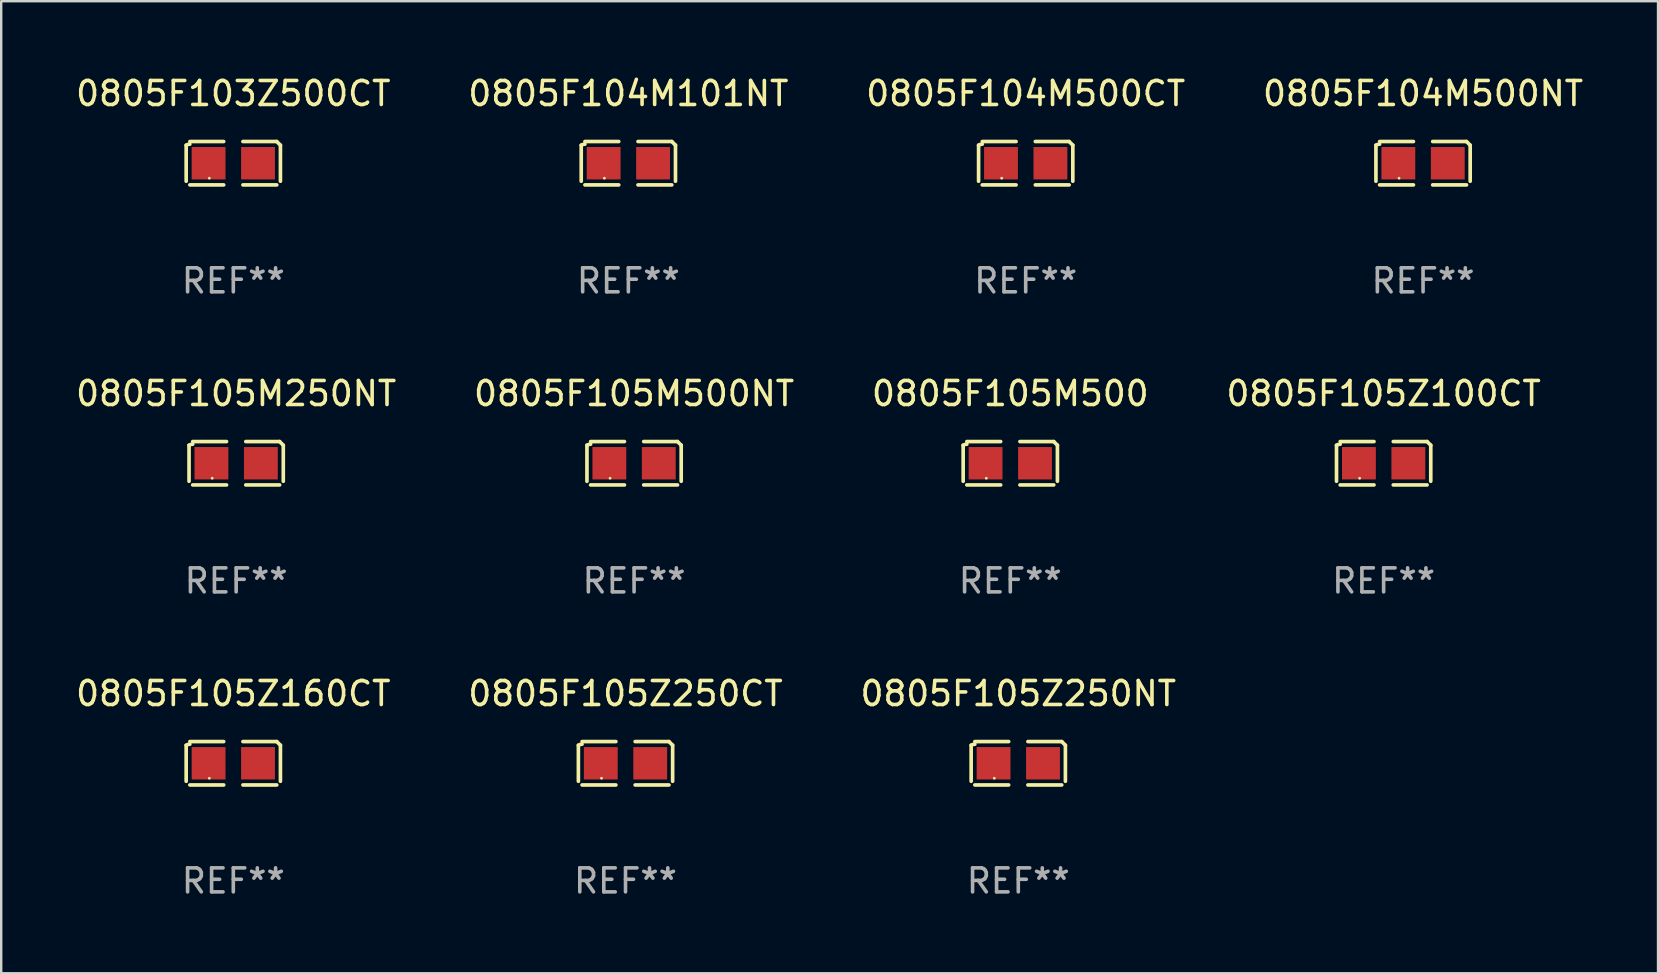
<source format=kicad_pcb>
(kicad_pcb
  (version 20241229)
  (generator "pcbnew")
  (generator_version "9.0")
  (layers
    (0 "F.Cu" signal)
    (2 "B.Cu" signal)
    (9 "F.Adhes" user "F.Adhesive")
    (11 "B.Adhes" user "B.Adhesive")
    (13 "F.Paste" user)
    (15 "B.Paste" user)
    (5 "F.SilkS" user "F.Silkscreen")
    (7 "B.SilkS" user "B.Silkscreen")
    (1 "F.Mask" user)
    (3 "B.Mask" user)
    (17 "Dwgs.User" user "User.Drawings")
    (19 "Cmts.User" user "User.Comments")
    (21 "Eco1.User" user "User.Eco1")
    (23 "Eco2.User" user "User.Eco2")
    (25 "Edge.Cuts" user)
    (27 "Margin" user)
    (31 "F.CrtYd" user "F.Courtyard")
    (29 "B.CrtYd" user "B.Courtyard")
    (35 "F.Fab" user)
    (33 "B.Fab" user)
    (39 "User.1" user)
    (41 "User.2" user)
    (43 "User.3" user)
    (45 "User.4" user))
  (footprint "0805F105M500NT"
    (layer "F.Cu")
    (at 23.375 16.256)
    (property "Reference" "0805F105M500NT" (at 0 -2.904 0) (layer "F.SilkS") (effects (font (size 1 1) (thickness 0.15))))
    (attr through_hole)
    (fp_line (start -1.964 0.751) (end -1.964 -0.751) (stroke (width 0.152) (type solid)) (layer "F.SilkS"))
    (fp_line (start -1.811 -0.904) (end -0.401 -0.904) (stroke (width 0.152) (type solid)) (layer "F.SilkS"))
    (fp_line (start -0.401 0.904) (end -1.811 0.904) (stroke (width 0.152) (type solid)) (layer "F.SilkS"))
    (fp_line (start 0.401 0.904) (end 1.811 0.904) (stroke (width 0.152) (type solid)) (layer "F.SilkS"))
    (fp_line (start 1.811 -0.904) (end 0.401 -0.904) (stroke (width 0.152) (type solid)) (layer "F.SilkS"))
    (fp_line (start 1.964 0.751) (end 1.964 -0.751) (stroke (width 0.152) (type solid)) (layer "F.SilkS"))
    (fp_arc (start -1.963602 -0.751207) (mid -1.890354 -0.783131) (end -1.811201 -0.794044) (stroke (width 0.1524) (type solid)) (layer "F.SilkS"))
    (fp_arc (start 1.811202 -0.903607) (mid 1.887413 -0.827418) (end 1.963602 -0.751207) (stroke (width 0.1524) (type solid)) (layer "F.SilkS"))
    (fp_circle (center -1 0.625) (end -0.97 0.625) (stroke (width 0.06) (type solid)) (fill no) (layer "F.SilkS"))
    (fp_text user "REF**" (at 0 4.904 0) (layer "F.Fab") (effects (font (size 1 1) (thickness 0.15))))
    (pad "1" smd rect (at -1.03 0) (size 1.41 1.35) (layers "F.Cu" "F.Mask" "F.Paste"))
    (pad "2" smd rect (at 1.03 0) (size 1.41 1.35) (layers "F.Cu" "F.Mask" "F.Paste")))
  (footprint "0805F105M250NT"
    (layer "F.Cu")
    (at 6.792 16.256)
    (property "Reference" "0805F105M250NT" (at 0 -2.904 0) (layer "F.SilkS") (effects (font (size 1 1) (thickness 0.15))))
    (attr through_hole)
    (fp_line (start -1.964 0.751) (end -1.964 -0.751) (stroke (width 0.152) (type solid)) (layer "F.SilkS"))
    (fp_line (start -1.811 -0.904) (end -0.401 -0.904) (stroke (width 0.152) (type solid)) (layer "F.SilkS"))
    (fp_line (start -0.401 0.904) (end -1.811 0.904) (stroke (width 0.152) (type solid)) (layer "F.SilkS"))
    (fp_line (start 0.401 0.904) (end 1.811 0.904) (stroke (width 0.152) (type solid)) (layer "F.SilkS"))
    (fp_line (start 1.811 -0.904) (end 0.401 -0.904) (stroke (width 0.152) (type solid)) (layer "F.SilkS"))
    (fp_line (start 1.964 0.751) (end 1.964 -0.751) (stroke (width 0.152) (type solid)) (layer "F.SilkS"))
    (fp_arc (start -1.963602 -0.751207) (mid -1.890354 -0.783131) (end -1.811201 -0.794044) (stroke (width 0.1524) (type solid)) (layer "F.SilkS"))
    (fp_arc (start 1.811202 -0.903607) (mid 1.887413 -0.827418) (end 1.963602 -0.751207) (stroke (width 0.1524) (type solid)) (layer "F.SilkS"))
    (fp_circle (center -1 0.625) (end -0.97 0.625) (stroke (width 0.06) (type solid)) (fill no) (layer "F.SilkS"))
    (fp_text user "REF**" (at 0 4.904 0) (layer "F.Fab") (effects (font (size 1 1) (thickness 0.15))))
    (pad "1" smd rect (at -1.03 0) (size 1.41 1.35) (layers "F.Cu" "F.Mask" "F.Paste"))
    (pad "2" smd rect (at 1.03 0) (size 1.41 1.35) (layers "F.Cu" "F.Mask" "F.Paste")))
  (footprint "0805F104M500CT"
    (layer "F.Cu")
    (at 39.696 3.752)
    (property "Reference" "0805F104M500CT" (at 0 -2.904 0) (layer "F.SilkS") (effects (font (size 1 1) (thickness 0.15))))
    (attr through_hole)
    (fp_line (start -1.964 0.751) (end -1.964 -0.751) (stroke (width 0.152) (type solid)) (layer "F.SilkS"))
    (fp_line (start -1.811 -0.904) (end -0.401 -0.904) (stroke (width 0.152) (type solid)) (layer "F.SilkS"))
    (fp_line (start -0.401 0.904) (end -1.811 0.904) (stroke (width 0.152) (type solid)) (layer "F.SilkS"))
    (fp_line (start 0.401 0.904) (end 1.811 0.904) (stroke (width 0.152) (type solid)) (layer "F.SilkS"))
    (fp_line (start 1.811 -0.904) (end 0.401 -0.904) (stroke (width 0.152) (type solid)) (layer "F.SilkS"))
    (fp_line (start 1.964 0.751) (end 1.964 -0.751) (stroke (width 0.152) (type solid)) (layer "F.SilkS"))
    (fp_arc (start -1.963602 -0.751207) (mid -1.890354 -0.783131) (end -1.811201 -0.794044) (stroke (width 0.1524) (type solid)) (layer "F.SilkS"))
    (fp_arc (start 1.811202 -0.903607) (mid 1.887413 -0.827418) (end 1.963602 -0.751207) (stroke (width 0.1524) (type solid)) (layer "F.SilkS"))
    (fp_circle (center -1 0.625) (end -0.97 0.625) (stroke (width 0.06) (type solid)) (fill no) (layer "F.SilkS"))
    (fp_text user "REF**" (at 0 4.904 0) (layer "F.Fab") (effects (font (size 1 1) (thickness 0.15))))
    (pad "1" smd rect (at -1.03 0) (size 1.41 1.35) (layers "F.Cu" "F.Mask" "F.Paste"))
    (pad "2" smd rect (at 1.03 0) (size 1.41 1.35) (layers "F.Cu" "F.Mask" "F.Paste")))
  (footprint "0805F105Z250NT"
    (layer "F.Cu")
    (at 39.387 28.759)
    (property "Reference" "0805F105Z250NT" (at 0 -2.904 0) (layer "F.SilkS") (effects (font (size 1 1) (thickness 0.15))))
    (attr through_hole)
    (fp_line (start -1.964 0.751) (end -1.964 -0.751) (stroke (width 0.152) (type solid)) (layer "F.SilkS"))
    (fp_line (start -1.811 -0.904) (end -0.401 -0.904) (stroke (width 0.152) (type solid)) (layer "F.SilkS"))
    (fp_line (start -0.401 0.904) (end -1.811 0.904) (stroke (width 0.152) (type solid)) (layer "F.SilkS"))
    (fp_line (start 0.401 0.904) (end 1.811 0.904) (stroke (width 0.152) (type solid)) (layer "F.SilkS"))
    (fp_line (start 1.811 -0.904) (end 0.401 -0.904) (stroke (width 0.152) (type solid)) (layer "F.SilkS"))
    (fp_line (start 1.964 0.751) (end 1.964 -0.751) (stroke (width 0.152) (type solid)) (layer "F.SilkS"))
    (fp_arc (start -1.963602 -0.751207) (mid -1.890354 -0.783131) (end -1.811201 -0.794044) (stroke (width 0.1524) (type solid)) (layer "F.SilkS"))
    (fp_arc (start 1.811202 -0.903607) (mid 1.887413 -0.827418) (end 1.963602 -0.751207) (stroke (width 0.1524) (type solid)) (layer "F.SilkS"))
    (fp_circle (center -1 0.625) (end -0.97 0.625) (stroke (width 0.06) (type solid)) (fill no) (layer "F.SilkS"))
    (fp_text user "REF**" (at 0 4.904 0) (layer "F.Fab") (effects (font (size 1 1) (thickness 0.15))))
    (pad "1" smd rect (at -1.03 0) (size 1.41 1.35) (layers "F.Cu" "F.Mask" "F.Paste"))
    (pad "2" smd rect (at 1.03 0) (size 1.41 1.35) (layers "F.Cu" "F.Mask" "F.Paste")))
  (footprint "0805F104M500NT"
    (layer "F.Cu")
    (at 56.256 3.752)
    (property "Reference" "0805F104M500NT" (at 0 -2.904 0) (layer "F.SilkS") (effects (font (size 1 1) (thickness 0.15))))
    (attr through_hole)
    (fp_line (start -1.964 0.751) (end -1.964 -0.751) (stroke (width 0.152) (type solid)) (layer "F.SilkS"))
    (fp_line (start -1.811 -0.904) (end -0.401 -0.904) (stroke (width 0.152) (type solid)) (layer "F.SilkS"))
    (fp_line (start -0.401 0.904) (end -1.811 0.904) (stroke (width 0.152) (type solid)) (layer "F.SilkS"))
    (fp_line (start 0.401 0.904) (end 1.811 0.904) (stroke (width 0.152) (type solid)) (layer "F.SilkS"))
    (fp_line (start 1.811 -0.904) (end 0.401 -0.904) (stroke (width 0.152) (type solid)) (layer "F.SilkS"))
    (fp_line (start 1.964 0.751) (end 1.964 -0.751) (stroke (width 0.152) (type solid)) (layer "F.SilkS"))
    (fp_arc (start -1.963602 -0.751207) (mid -1.890354 -0.783131) (end -1.811201 -0.794044) (stroke (width 0.1524) (type solid)) (layer "F.SilkS"))
    (fp_arc (start 1.811202 -0.903607) (mid 1.887413 -0.827418) (end 1.963602 -0.751207) (stroke (width 0.1524) (type solid)) (layer "F.SilkS"))
    (fp_circle (center -1 0.625) (end -0.97 0.625) (stroke (width 0.06) (type solid)) (fill no) (layer "F.SilkS"))
    (fp_text user "REF**" (at 0 4.904 0) (layer "F.Fab") (effects (font (size 1 1) (thickness 0.15))))
    (pad "1" smd rect (at -1.03 0) (size 1.41 1.35) (layers "F.Cu" "F.Mask" "F.Paste"))
    (pad "2" smd rect (at 1.03 0) (size 1.41 1.35) (layers "F.Cu" "F.Mask" "F.Paste")))
  (footprint "0805F104M101NT"
    (layer "F.Cu")
    (at 23.137 3.752)
    (property "Reference" "0805F104M101NT" (at 0 -2.904 0) (layer "F.SilkS") (effects (font (size 1 1) (thickness 0.15))))
    (attr through_hole)
    (fp_line (start -1.964 0.751) (end -1.964 -0.751) (stroke (width 0.152) (type solid)) (layer "F.SilkS"))
    (fp_line (start -1.811 -0.904) (end -0.401 -0.904) (stroke (width 0.152) (type solid)) (layer "F.SilkS"))
    (fp_line (start -0.401 0.904) (end -1.811 0.904) (stroke (width 0.152) (type solid)) (layer "F.SilkS"))
    (fp_line (start 0.401 0.904) (end 1.811 0.904) (stroke (width 0.152) (type solid)) (layer "F.SilkS"))
    (fp_line (start 1.811 -0.904) (end 0.401 -0.904) (stroke (width 0.152) (type solid)) (layer "F.SilkS"))
    (fp_line (start 1.964 0.751) (end 1.964 -0.751) (stroke (width 0.152) (type solid)) (layer "F.SilkS"))
    (fp_arc (start -1.963602 -0.751207) (mid -1.890354 -0.783131) (end -1.811201 -0.794044) (stroke (width 0.1524) (type solid)) (layer "F.SilkS"))
    (fp_arc (start 1.811202 -0.903607) (mid 1.887413 -0.827418) (end 1.963602 -0.751207) (stroke (width 0.1524) (type solid)) (layer "F.SilkS"))
    (fp_circle (center -1 0.625) (end -0.97 0.625) (stroke (width 0.06) (type solid)) (fill no) (layer "F.SilkS"))
    (fp_text user "REF**" (at 0 4.904 0) (layer "F.Fab") (effects (font (size 1 1) (thickness 0.15))))
    (pad "1" smd rect (at -1.03 0) (size 1.41 1.35) (layers "F.Cu" "F.Mask" "F.Paste"))
    (pad "2" smd rect (at 1.03 0) (size 1.41 1.35) (layers "F.Cu" "F.Mask" "F.Paste")))
  (footprint "0805F105Z250CT"
    (layer "F.Cu")
    (at 23.018 28.759)
    (property "Reference" "0805F105Z250CT" (at 0 -2.904 0) (layer "F.SilkS") (effects (font (size 1 1) (thickness 0.15))))
    (attr through_hole)
    (fp_line (start -1.964 0.751) (end -1.964 -0.751) (stroke (width 0.152) (type solid)) (layer "F.SilkS"))
    (fp_line (start -1.811 -0.904) (end -0.401 -0.904) (stroke (width 0.152) (type solid)) (layer "F.SilkS"))
    (fp_line (start -0.401 0.904) (end -1.811 0.904) (stroke (width 0.152) (type solid)) (layer "F.SilkS"))
    (fp_line (start 0.401 0.904) (end 1.811 0.904) (stroke (width 0.152) (type solid)) (layer "F.SilkS"))
    (fp_line (start 1.811 -0.904) (end 0.401 -0.904) (stroke (width 0.152) (type solid)) (layer "F.SilkS"))
    (fp_line (start 1.964 0.751) (end 1.964 -0.751) (stroke (width 0.152) (type solid)) (layer "F.SilkS"))
    (fp_arc (start -1.963602 -0.751207) (mid -1.890354 -0.783131) (end -1.811201 -0.794044) (stroke (width 0.1524) (type solid)) (layer "F.SilkS"))
    (fp_arc (start 1.811202 -0.903607) (mid 1.887413 -0.827418) (end 1.963602 -0.751207) (stroke (width 0.1524) (type solid)) (layer "F.SilkS"))
    (fp_circle (center -1 0.625) (end -0.97 0.625) (stroke (width 0.06) (type solid)) (fill no) (layer "F.SilkS"))
    (fp_text user "REF**" (at 0 4.904 0) (layer "F.Fab") (effects (font (size 1 1) (thickness 0.15))))
    (pad "1" smd rect (at -1.03 0) (size 1.41 1.35) (layers "F.Cu" "F.Mask" "F.Paste"))
    (pad "2" smd rect (at 1.03 0) (size 1.41 1.35) (layers "F.Cu" "F.Mask" "F.Paste")))
  (footprint "0805F105Z100CT"
    (layer "F.Cu")
    (at 54.613 16.256)
    (property "Reference" "0805F105Z100CT" (at 0 -2.904 0) (layer "F.SilkS") (effects (font (size 1 1) (thickness 0.15))))
    (attr through_hole)
    (fp_line (start -1.964 0.751) (end -1.964 -0.751) (stroke (width 0.152) (type solid)) (layer "F.SilkS"))
    (fp_line (start -1.811 -0.904) (end -0.401 -0.904) (stroke (width 0.152) (type solid)) (layer "F.SilkS"))
    (fp_line (start -0.401 0.904) (end -1.811 0.904) (stroke (width 0.152) (type solid)) (layer "F.SilkS"))
    (fp_line (start 0.401 0.904) (end 1.811 0.904) (stroke (width 0.152) (type solid)) (layer "F.SilkS"))
    (fp_line (start 1.811 -0.904) (end 0.401 -0.904) (stroke (width 0.152) (type solid)) (layer "F.SilkS"))
    (fp_line (start 1.964 0.751) (end 1.964 -0.751) (stroke (width 0.152) (type solid)) (layer "F.SilkS"))
    (fp_arc (start -1.963602 -0.751207) (mid -1.890354 -0.783131) (end -1.811201 -0.794044) (stroke (width 0.1524) (type solid)) (layer "F.SilkS"))
    (fp_arc (start 1.811202 -0.903607) (mid 1.887413 -0.827418) (end 1.963602 -0.751207) (stroke (width 0.1524) (type solid)) (layer "F.SilkS"))
    (fp_circle (center -1 0.625) (end -0.97 0.625) (stroke (width 0.06) (type solid)) (fill no) (layer "F.SilkS"))
    (fp_text user "REF**" (at 0 4.904 0) (layer "F.Fab") (effects (font (size 1 1) (thickness 0.15))))
    (pad "1" smd rect (at -1.03 0) (size 1.41 1.35) (layers "F.Cu" "F.Mask" "F.Paste"))
    (pad "2" smd rect (at 1.03 0) (size 1.41 1.35) (layers "F.Cu" "F.Mask" "F.Paste")))
  (footprint "0805F105Z160CT"
    (layer "F.Cu")
    (at 6.673 28.759)
    (property "Reference" "0805F105Z160CT" (at 0 -2.904 0) (layer "F.SilkS") (effects (font (size 1 1) (thickness 0.15))))
    (attr through_hole)
    (fp_line (start -1.964 0.751) (end -1.964 -0.751) (stroke (width 0.152) (type solid)) (layer "F.SilkS"))
    (fp_line (start -1.811 -0.904) (end -0.401 -0.904) (stroke (width 0.152) (type solid)) (layer "F.SilkS"))
    (fp_line (start -0.401 0.904) (end -1.811 0.904) (stroke (width 0.152) (type solid)) (layer "F.SilkS"))
    (fp_line (start 0.401 0.904) (end 1.811 0.904) (stroke (width 0.152) (type solid)) (layer "F.SilkS"))
    (fp_line (start 1.811 -0.904) (end 0.401 -0.904) (stroke (width 0.152) (type solid)) (layer "F.SilkS"))
    (fp_line (start 1.964 0.751) (end 1.964 -0.751) (stroke (width 0.152) (type solid)) (layer "F.SilkS"))
    (fp_arc (start -1.963602 -0.751207) (mid -1.890354 -0.783131) (end -1.811201 -0.794044) (stroke (width 0.1524) (type solid)) (layer "F.SilkS"))
    (fp_arc (start 1.811202 -0.903607) (mid 1.887413 -0.827418) (end 1.963602 -0.751207) (stroke (width 0.1524) (type solid)) (layer "F.SilkS"))
    (fp_circle (center -1 0.625) (end -0.97 0.625) (stroke (width 0.06) (type solid)) (fill no) (layer "F.SilkS"))
    (fp_text user "REF**" (at 0 4.904 0) (layer "F.Fab") (effects (font (size 1 1) (thickness 0.15))))
    (pad "1" smd rect (at -1.03 0) (size 1.41 1.35) (layers "F.Cu" "F.Mask" "F.Paste"))
    (pad "2" smd rect (at 1.03 0) (size 1.41 1.35) (layers "F.Cu" "F.Mask" "F.Paste")))
  (footprint "0805F105M500"
    (layer "F.Cu")
    (at 39.054 16.256)
    (property "Reference" "0805F105M500" (at 0 -2.904 0) (layer "F.SilkS") (effects (font (size 1 1) (thickness 0.15))))
    (attr through_hole)
    (fp_line (start -1.964 0.751) (end -1.964 -0.751) (stroke (width 0.152) (type solid)) (layer "F.SilkS"))
    (fp_line (start -1.811 -0.904) (end -0.401 -0.904) (stroke (width 0.152) (type solid)) (layer "F.SilkS"))
    (fp_line (start -0.401 0.904) (end -1.811 0.904) (stroke (width 0.152) (type solid)) (layer "F.SilkS"))
    (fp_line (start 0.401 0.904) (end 1.811 0.904) (stroke (width 0.152) (type solid)) (layer "F.SilkS"))
    (fp_line (start 1.811 -0.904) (end 0.401 -0.904) (stroke (width 0.152) (type solid)) (layer "F.SilkS"))
    (fp_line (start 1.964 0.751) (end 1.964 -0.751) (stroke (width 0.152) (type solid)) (layer "F.SilkS"))
    (fp_arc (start -1.963602 -0.751207) (mid -1.890354 -0.783131) (end -1.811201 -0.794044) (stroke (width 0.1524) (type solid)) (layer "F.SilkS"))
    (fp_arc (start 1.811202 -0.903607) (mid 1.887413 -0.827418) (end 1.963602 -0.751207) (stroke (width 0.1524) (type solid)) (layer "F.SilkS"))
    (fp_circle (center -1 0.625) (end -0.97 0.625) (stroke (width 0.06) (type solid)) (fill no) (layer "F.SilkS"))
    (fp_text user "REF**" (at 0 4.904 0) (layer "F.Fab") (effects (font (size 1 1) (thickness 0.15))))
    (pad "1" smd rect (at -1.03 0) (size 1.41 1.35) (layers "F.Cu" "F.Mask" "F.Paste"))
    (pad "2" smd rect (at 1.03 0) (size 1.41 1.35) (layers "F.Cu" "F.Mask" "F.Paste")))
  (footprint "0805F103Z500CT"
    (layer "F.Cu")
    (at 6.673 3.752)
    (property "Reference" "0805F103Z500CT" (at 0 -2.904 0) (layer "F.SilkS") (effects (font (size 1 1) (thickness 0.15))))
    (attr through_hole)
    (fp_line (start -1.964 0.751) (end -1.964 -0.751) (stroke (width 0.152) (type solid)) (layer "F.SilkS"))
    (fp_line (start -1.811 -0.904) (end -0.401 -0.904) (stroke (width 0.152) (type solid)) (layer "F.SilkS"))
    (fp_line (start -0.401 0.904) (end -1.811 0.904) (stroke (width 0.152) (type solid)) (layer "F.SilkS"))
    (fp_line (start 0.401 0.904) (end 1.811 0.904) (stroke (width 0.152) (type solid)) (layer "F.SilkS"))
    (fp_line (start 1.811 -0.904) (end 0.401 -0.904) (stroke (width 0.152) (type solid)) (layer "F.SilkS"))
    (fp_line (start 1.964 0.751) (end 1.964 -0.751) (stroke (width 0.152) (type solid)) (layer "F.SilkS"))
    (fp_arc (start -1.963602 -0.751207) (mid -1.890354 -0.783131) (end -1.811201 -0.794044) (stroke (width 0.1524) (type solid)) (layer "F.SilkS"))
    (fp_arc (start 1.811202 -0.903607) (mid 1.887413 -0.827418) (end 1.963602 -0.751207) (stroke (width 0.1524) (type solid)) (layer "F.SilkS"))
    (fp_circle (center -1 0.625) (end -0.97 0.625) (stroke (width 0.06) (type solid)) (fill no) (layer "F.SilkS"))
    (fp_text user "REF**" (at 0 4.904 0) (layer "F.Fab") (effects (font (size 1 1) (thickness 0.15))))
    (pad "1" smd rect (at -1.03 0) (size 1.41 1.35) (layers "F.Cu" "F.Mask" "F.Paste"))
    (pad "2" smd rect (at 1.03 0) (size 1.41 1.35) (layers "F.Cu" "F.Mask" "F.Paste")))
  (gr_rect
    (start -3 -3)
    (end 66.048 37.511)
    (stroke (width 0.1) (type default))
    (fill no)
    (layer "Edge.Cuts")))
</source>
